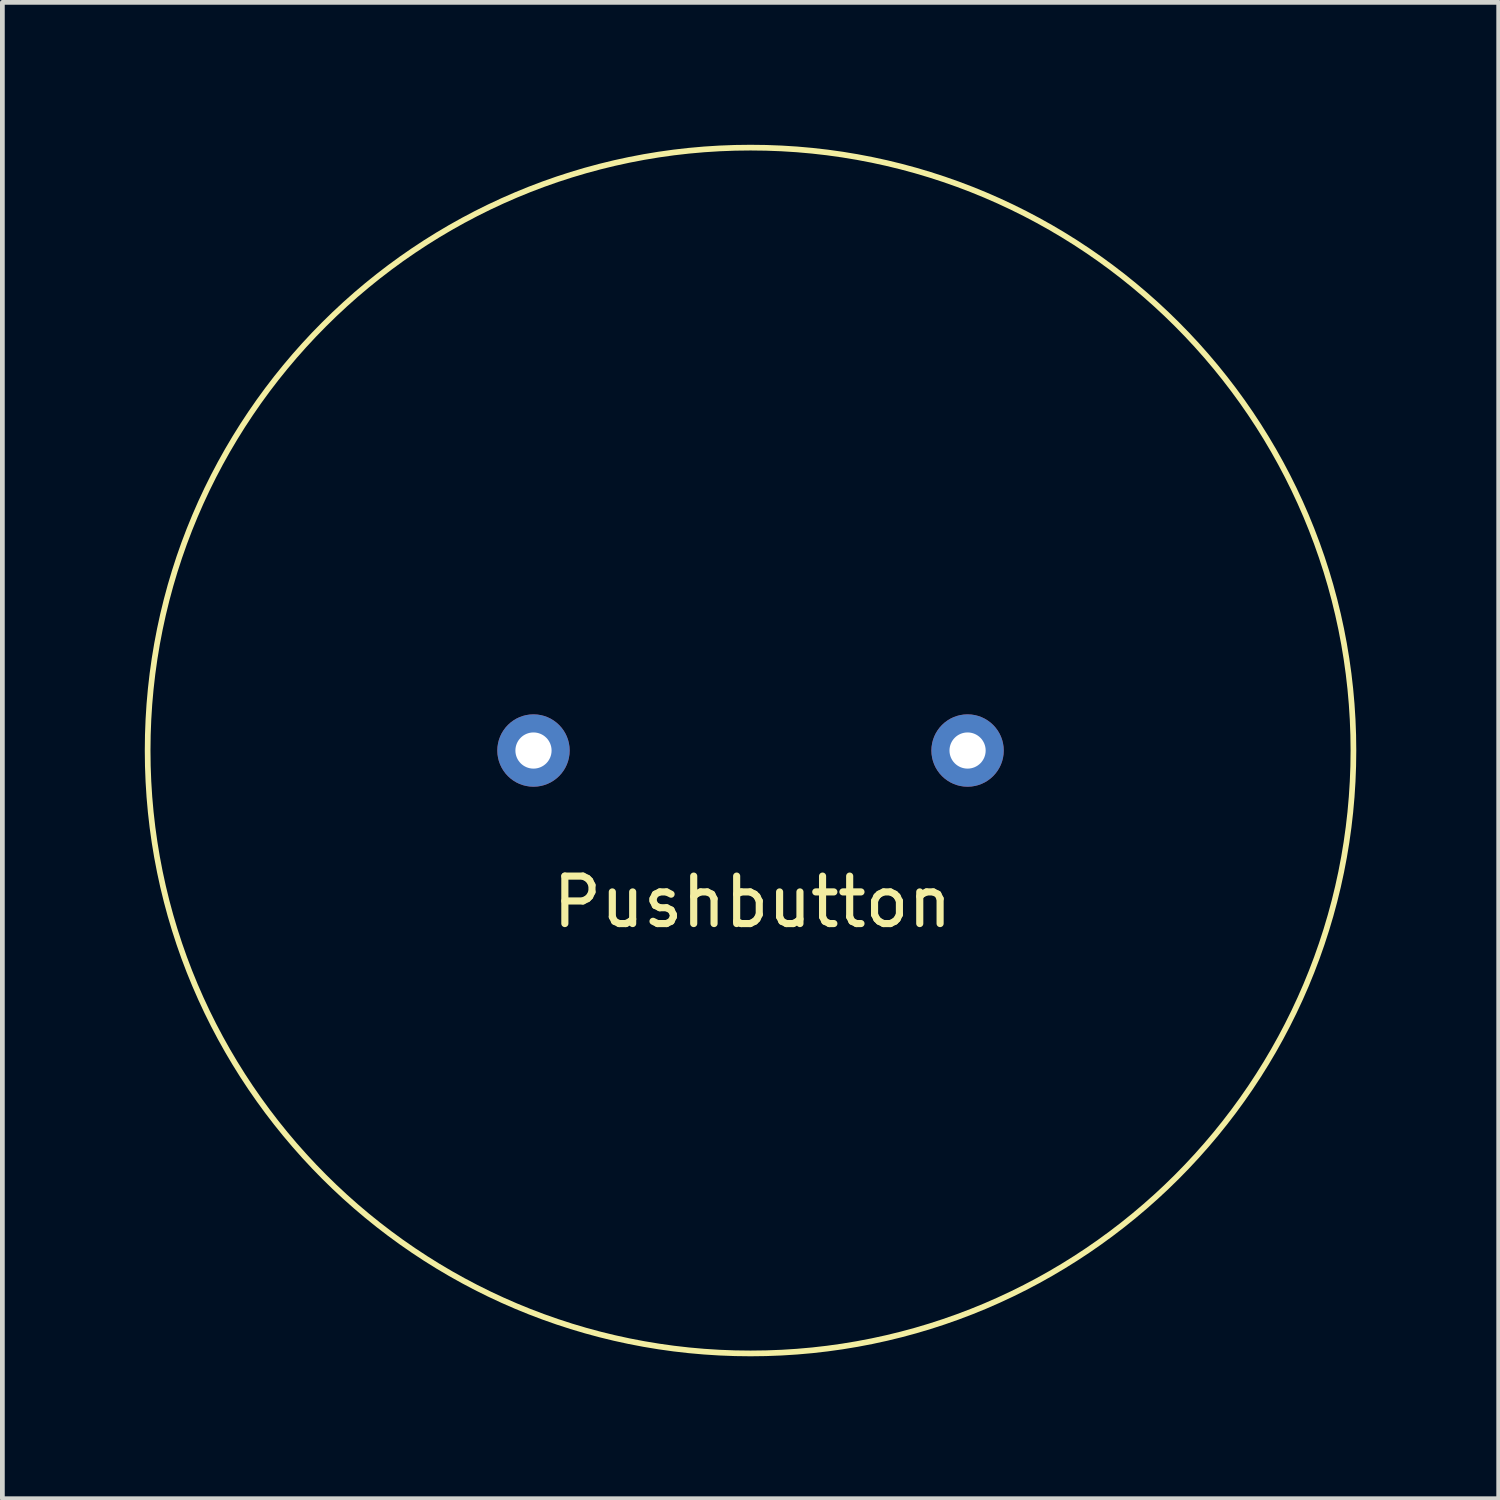
<source format=kicad_pcb>
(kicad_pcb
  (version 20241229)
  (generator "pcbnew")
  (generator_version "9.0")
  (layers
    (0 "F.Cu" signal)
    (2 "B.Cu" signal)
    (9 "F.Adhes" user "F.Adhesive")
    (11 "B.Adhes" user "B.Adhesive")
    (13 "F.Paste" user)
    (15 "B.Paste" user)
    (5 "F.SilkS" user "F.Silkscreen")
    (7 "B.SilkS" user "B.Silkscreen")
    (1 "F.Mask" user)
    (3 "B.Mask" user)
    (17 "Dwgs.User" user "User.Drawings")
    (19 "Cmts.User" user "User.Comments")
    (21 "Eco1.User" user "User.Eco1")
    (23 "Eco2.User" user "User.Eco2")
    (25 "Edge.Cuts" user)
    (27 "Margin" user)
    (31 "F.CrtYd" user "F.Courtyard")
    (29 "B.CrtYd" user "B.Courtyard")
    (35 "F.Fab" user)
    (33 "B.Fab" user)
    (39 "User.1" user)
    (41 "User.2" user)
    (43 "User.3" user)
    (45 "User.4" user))
  (footprint "Pushbutton"
    (layer "F.Cu")
    (at 12.76 12.76)
    (property "Reference" "Pushbutton" (at 0.041 3.19 0) (layer "F.SilkS") (effects (font (size 1 1) (thickness 0.15))))
    (attr through_hole)
    (fp_circle (center 0 0) (end 12.7 0) (stroke (width 0.12) (type solid)) (fill no) (layer "F.SilkS"))
    (pad "1" thru_hole circle (at -4.572 0) (size 1.524 1.524) (drill 0.762) (layers "*.Cu" "*.Mask"))
    (pad "2" thru_hole circle (at 4.572 0) (size 1.524 1.524) (drill 0.762) (layers "*.Cu" "*.Mask")))
  (gr_rect
    (start -3 -3)
    (end 28.52 28.52)
    (stroke (width 0.1) (type default))
    (fill no)
    (layer "Edge.Cuts")))
</source>
